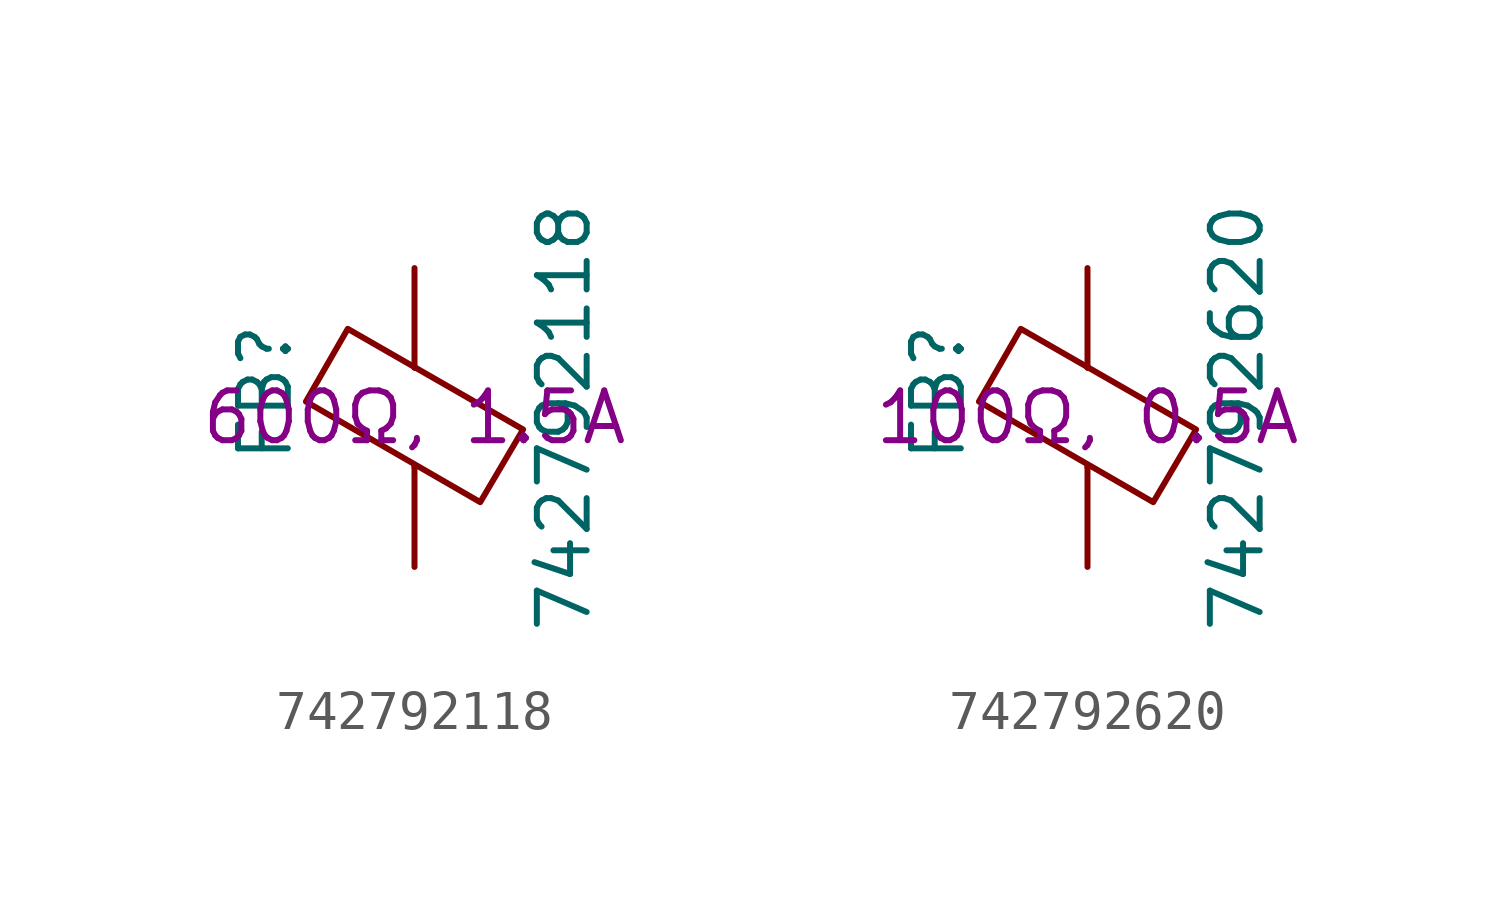
<source format=kicad_sym>
(kicad_symbol_lib
  (version 20220914)
  (generator kicad_symbol_editor)
  (symbol "742792118"
    (pin_numbers hide)
    (pin_names
      (offset 0))
    (property "Reference" "FB"
      (at -3.81 0.635 90)
      (effects (font (size 1.27 1.27))))
    (property "Value" "742792118"
      (at 3.81 0 90)
      (effects (font (size 1.27 1.27))))
    (property "Info" "600Ω, 1.5A"
      (at 0 0 0)
      (effects (font (size 1.27 1.27))))
    (symbol "742792118_0_1"
      (polyline (pts (xy 0 -1.27) (xy 0 -1.219)) (stroke (width 0) (type default)) (fill (type none)))
      (polyline (pts (xy 0 1.27) (xy 0 1.295)) (stroke (width 0) (type default)) (fill (type none)))
      (polyline (pts (xy -2.769 0.406) (xy -1.702 2.261) (xy 2.769 -0.305) (xy 1.676 -2.159) (xy -2.769 0.406)) (stroke (width 0) (type default)) (fill (type none))))
    (symbol "742792118_1_1"
      (pin passive line (at 0 3.81 270) (length 2.54) (name "~" (effects (font (size 1.27 1.27)))) (number "1" (effects (font (size 1.27 1.27)))))
      (pin passive line (at 0 -3.81 90) (length 2.54) (name "~" (effects (font (size 1.27 1.27)))) (number "2" (effects (font (size 1.27 1.27)))))))
  (symbol "742792620"
    (pin_numbers hide)
    (pin_names
      (offset 0))
    (property "Reference" "FB"
      (at -3.81 0.635 90)
      (effects (font (size 1.27 1.27))))
    (property "Value" "742792620"
      (at 3.81 0 90)
      (effects (font (size 1.27 1.27))))
    (property "Info" "100Ω, 0.5A"
      (at 0 0 0)
      (effects (font (size 1.27 1.27))))
    (symbol "742792620_0_1"
      (polyline (pts (xy 0 -1.27) (xy 0 -1.219)) (stroke (width 0) (type default)) (fill (type none)))
      (polyline (pts (xy 0 1.27) (xy 0 1.295)) (stroke (width 0) (type default)) (fill (type none)))
      (polyline (pts (xy -2.769 0.406) (xy -1.702 2.261) (xy 2.769 -0.305) (xy 1.676 -2.159) (xy -2.769 0.406)) (stroke (width 0) (type default)) (fill (type none))))
    (symbol "742792620_1_1"
      (pin passive line (at 0 3.81 270) (length 2.54) (name "~" (effects (font (size 1.27 1.27)))) (number "1" (effects (font (size 1.27 1.27)))))
      (pin passive line (at 0 -3.81 90) (length 2.54) (name "~" (effects (font (size 1.27 1.27)))) (number "2" (effects (font (size 1.27 1.27))))))))
</source>
